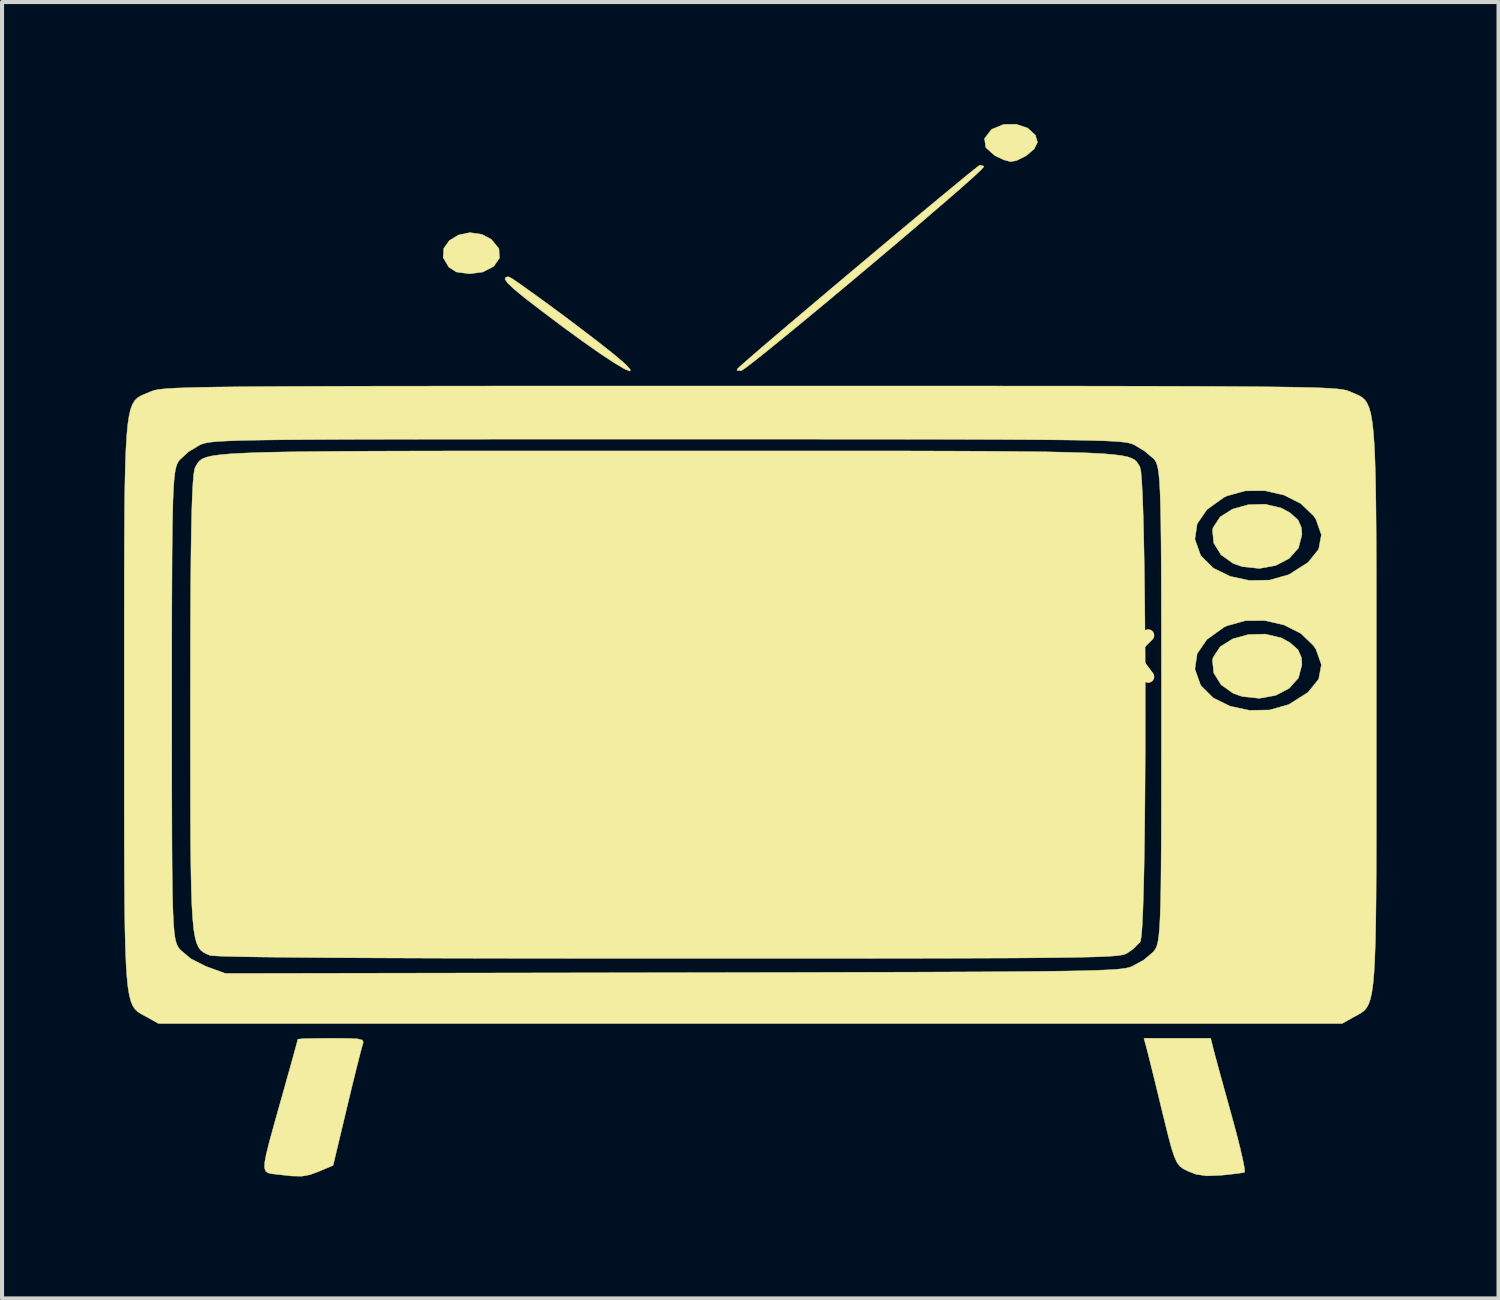
<source format=kicad_pcb>
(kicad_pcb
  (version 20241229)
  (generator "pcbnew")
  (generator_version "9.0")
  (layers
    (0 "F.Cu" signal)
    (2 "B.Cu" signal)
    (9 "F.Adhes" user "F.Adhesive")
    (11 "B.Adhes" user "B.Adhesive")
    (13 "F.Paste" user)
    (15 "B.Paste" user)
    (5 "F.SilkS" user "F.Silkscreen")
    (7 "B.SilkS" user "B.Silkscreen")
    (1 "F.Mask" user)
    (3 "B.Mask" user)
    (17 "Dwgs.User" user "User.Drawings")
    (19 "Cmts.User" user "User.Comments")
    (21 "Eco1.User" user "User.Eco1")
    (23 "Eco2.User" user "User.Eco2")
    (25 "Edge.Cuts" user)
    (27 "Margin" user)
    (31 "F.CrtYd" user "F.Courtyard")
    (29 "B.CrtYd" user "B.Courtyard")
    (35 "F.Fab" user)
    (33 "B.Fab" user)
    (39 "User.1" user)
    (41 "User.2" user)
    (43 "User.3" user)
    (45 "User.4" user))
  (footprint "tv_clipart_neg_slk"
    (layer "F.Cu")
    (at 15.347 12.899)
    (property "Reference" "tv_clipart_neg_slk" (at 0 0 0) (layer "F.SilkS") (effects (font (size 1.524 1.524) (thickness 0.3))))
    (attr through_hole)
    (fp_poly (pts (xy -6.547 -10.187) (xy -6.317 -10.065) (xy -6.129 -9.836) (xy -6.116 -9.604) (xy -6.256 -9.4) (xy -6.527 -9.26) (xy -6.852 -9.217) (xy -7.175 -9.261) (xy -7.36 -9.378) (xy -7.501 -9.615) (xy -7.486 -9.842) (xy -7.349 -10.035) (xy -7.124 -10.172) (xy -6.845 -10.23) (xy -6.547 -10.187)) (stroke (width 0.01) (type solid)) (fill yes) (layer "F.SilkS"))
    (fp_poly (pts (xy 6.87 -12.801) (xy 7.061 -12.627) (xy 7.112 -12.451) (xy 7.031 -12.287) (xy 6.835 -12.12) (xy 6.597 -12.001) (xy 6.452 -11.974) (xy 6.291 -12.016) (xy 6.072 -12.118) (xy 6.059 -12.125) (xy 5.84 -12.322) (xy 5.81 -12.543) (xy 5.972 -12.756) (xy 5.994 -12.773) (xy 6.279 -12.89) (xy 6.59 -12.894) (xy 6.87 -12.801)) (stroke (width 0.01) (type solid)) (fill yes) (layer "F.SilkS"))
    (fp_poly (pts (xy 13.105 -3.459) (xy 13.317 -3.344) (xy 13.517 -3.167) (xy 13.602 -2.975) (xy 13.614 -2.801) (xy 13.529 -2.475) (xy 13.3 -2.217) (xy 12.967 -2.044) (xy 12.569 -1.972) (xy 12.145 -2.017) (xy 11.923 -2.095) (xy 11.626 -2.307) (xy 11.446 -2.595) (xy 11.414 -2.907) (xy 11.429 -2.974) (xy 11.604 -3.241) (xy 11.91 -3.433) (xy 12.296 -3.54) (xy 12.711 -3.552) (xy 13.105 -3.459)) (stroke (width 0.01) (type solid)) (fill yes) (layer "F.SilkS"))
    (fp_poly (pts (xy 13.105 -0.266) (xy 13.317 -0.151) (xy 13.517 0.026) (xy 13.602 0.218) (xy 13.614 0.392) (xy 13.529 0.718) (xy 13.3 0.976) (xy 12.967 1.149) (xy 12.569 1.221) (xy 12.145 1.176) (xy 11.923 1.098) (xy 11.626 0.887) (xy 11.446 0.598) (xy 11.414 0.286) (xy 11.429 0.219) (xy 11.604 -0.048) (xy 11.91 -0.24) (xy 12.296 -0.347) (xy 12.711 -0.359) (xy 13.105 -0.266)) (stroke (width 0.01) (type solid)) (fill yes) (layer "F.SilkS"))
    (fp_poly (pts (xy -5.799 -9.094) (xy -5.593 -8.953) (xy -5.289 -8.736) (xy -4.909 -8.46) (xy -4.474 -8.138) (xy -4.267 -7.983) (xy -3.704 -7.554) (xy -3.288 -7.225) (xy -3.019 -6.994) (xy -2.897 -6.86) (xy -2.909 -6.824) (xy -3.039 -6.876) (xy -3.286 -7.022) (xy -3.631 -7.249) (xy -4.053 -7.545) (xy -4.534 -7.895) (xy -4.593 -7.939) (xy -5.113 -8.33) (xy -5.501 -8.629) (xy -5.767 -8.849) (xy -5.924 -8.999) (xy -5.983 -9.091) (xy -5.957 -9.135) (xy -5.888 -9.144) (xy -5.799 -9.094)) (stroke (width 0.01) (type solid)) (fill yes) (layer "F.SilkS"))
    (fp_poly (pts (xy 11.438 9.852) (xy 11.479 10.008) (xy 11.553 10.28) (xy 11.651 10.637) (xy 11.766 11.053) (xy 11.886 11.486) (xy 12.001 11.911) (xy 12.096 12.284) (xy 12.164 12.584) (xy 12.203 12.788) (xy 12.205 12.874) (xy 12.204 12.875) (xy 12.074 12.898) (xy 11.814 12.929) (xy 11.633 12.947) (xy 11.274 12.963) (xy 11.012 12.924) (xy 10.812 12.847) (xy 10.702 12.792) (xy 10.615 12.728) (xy 10.543 12.635) (xy 10.477 12.491) (xy 10.406 12.276) (xy 10.324 11.969) (xy 10.22 11.547) (xy 10.169 11.341) (xy 10.063 10.9) (xy 9.964 10.497) (xy 9.88 10.158) (xy 9.818 9.91) (xy 9.784 9.78) (xy 9.728 9.579) (xy 11.37 9.579) (xy 11.438 9.852)) (stroke (width 0.01) (type solid)) (fill yes) (layer "F.SilkS"))
    (fp_poly (pts (xy -9.844 9.582) (xy -9.603 9.594) (xy -9.489 9.623) (xy -9.465 9.676) (xy -9.477 9.722) (xy -9.51 9.835) (xy -9.57 10.067) (xy -9.652 10.393) (xy -9.749 10.789) (xy -9.855 11.23) (xy -9.868 11.285) (xy -10.207 12.705) (xy -10.545 12.848) (xy -10.774 12.934) (xy -10.978 12.971) (xy -11.233 12.965) (xy -11.582 12.926) (xy -11.706 12.912) (xy -11.8 12.892) (xy -11.862 12.851) (xy -11.892 12.772) (xy -11.889 12.638) (xy -11.851 12.433) (xy -11.779 12.141) (xy -11.67 11.744) (xy -11.525 11.226) (xy -11.471 11.036) (xy -11.35 10.604) (xy -11.243 10.223) (xy -11.158 9.915) (xy -11.1 9.702) (xy -11.075 9.606) (xy -11.074 9.603) (xy -10.981 9.592) (xy -10.732 9.584) (xy -10.375 9.58) (xy -10.25 9.579) (xy -9.844 9.582)) (stroke (width 0.01) (type solid)) (fill yes) (layer "F.SilkS"))
    (fp_poly (pts (xy 5.787 -11.866) (xy 5.791 -11.848) (xy 5.727 -11.775) (xy 5.546 -11.606) (xy 5.264 -11.355) (xy 4.898 -11.036) (xy 4.463 -10.662) (xy 3.977 -10.246) (xy 3.454 -9.803) (xy 2.913 -9.347) (xy 2.368 -8.89) (xy 1.836 -8.446) (xy 1.333 -8.03) (xy 0.876 -7.655) (xy 0.481 -7.334) (xy 0.164 -7.081) (xy -0.059 -6.91) (xy -0.17 -6.835) (xy -0.177 -6.833) (xy -0.278 -6.845) (xy -0.269 -6.876) (xy -0.178 -6.962) (xy 0.026 -7.141) (xy 0.327 -7.401) (xy 0.709 -7.727) (xy 1.155 -8.106) (xy 1.649 -8.524) (xy 2.176 -8.969) (xy 2.718 -9.425) (xy 3.26 -9.88) (xy 3.786 -10.321) (xy 4.279 -10.733) (xy 4.724 -11.102) (xy 5.104 -11.416) (xy 5.402 -11.661) (xy 5.604 -11.823) (xy 5.692 -11.889) (xy 5.694 -11.89) (xy 5.787 -11.866)) (stroke (width 0.01) (type solid)) (fill yes) (layer "F.SilkS"))
    (fp_poly (pts (xy -2.24 -4.862) (xy -1.981 -4.862) (xy -0.219 -4.862) (xy 1.351 -4.862) (xy 2.74 -4.862) (xy 3.96 -4.861) (xy 5.023 -4.858) (xy 5.938 -4.854) (xy 6.718 -4.847) (xy 7.374 -4.839) (xy 7.917 -4.827) (xy 8.358 -4.813) (xy 8.71 -4.795) (xy 8.982 -4.772) (xy 9.187 -4.746) (xy 9.335 -4.715) (xy 9.438 -4.678) (xy 9.508 -4.637) (xy 9.555 -4.589) (xy 9.591 -4.535) (xy 9.627 -4.474) (xy 9.632 -4.465) (xy 9.655 -4.358) (xy 9.675 -4.12) (xy 9.694 -3.764) (xy 9.71 -3.304) (xy 9.724 -2.754) (xy 9.736 -2.128) (xy 9.745 -1.438) (xy 9.753 -0.699) (xy 9.758 0.075) (xy 9.761 0.872) (xy 9.762 1.677) (xy 9.761 2.477) (xy 9.757 3.258) (xy 9.751 4.006) (xy 9.743 4.709) (xy 9.733 5.352) (xy 9.72 5.921) (xy 9.705 6.404) (xy 9.688 6.786) (xy 9.668 7.054) (xy 9.646 7.193) (xy 9.64 7.207) (xy 9.47 7.379) (xy 9.31 7.491) (xy 9.266 7.511) (xy 9.2 7.529) (xy 9.099 7.544) (xy 8.952 7.558) (xy 8.748 7.57) (xy 8.476 7.58) (xy 8.124 7.588) (xy 7.681 7.595) (xy 7.135 7.601) (xy 6.475 7.606) (xy 5.69 7.609) (xy 4.768 7.612) (xy 3.698 7.614) (xy 2.468 7.615) (xy 1.067 7.616) (xy -0.516 7.616) (xy -1.981 7.616) (xy -3.995 7.615) (xy -5.813 7.613) (xy -7.433 7.61) (xy -8.856 7.605) (xy -10.081 7.599) (xy -11.106 7.591) (xy -11.932 7.582) (xy -12.556 7.572) (xy -12.98 7.56) (xy -13.201 7.547) (xy -13.233 7.542) (xy -13.32 7.505) (xy -13.395 7.466) (xy -13.461 7.415) (xy -13.516 7.342) (xy -13.563 7.237) (xy -13.602 7.092) (xy -13.634 6.897) (xy -13.659 6.641) (xy -13.679 6.317) (xy -13.693 5.913) (xy -13.703 5.42) (xy -13.71 4.829) (xy -13.714 4.131) (xy -13.715 3.316) (xy -13.716 2.373) (xy -13.716 1.386) (xy -13.715 0.268) (xy -13.713 -0.712) (xy -13.708 -1.56) (xy -13.702 -2.285) (xy -13.693 -2.893) (xy -13.682 -3.39) (xy -13.668 -3.785) (xy -13.652 -4.084) (xy -13.633 -4.293) (xy -13.611 -4.421) (xy -13.595 -4.465) (xy -13.558 -4.527) (xy -13.523 -4.582) (xy -13.478 -4.63) (xy -13.412 -4.673) (xy -13.314 -4.71) (xy -13.173 -4.742) (xy -12.977 -4.769) (xy -12.715 -4.792) (xy -12.375 -4.81) (xy -11.947 -4.826) (xy -11.419 -4.837) (xy -10.78 -4.846) (xy -10.018 -4.853) (xy -9.122 -4.857) (xy -8.081 -4.86) (xy -6.884 -4.862) (xy -5.519 -4.862) (xy -3.975 -4.862) (xy -2.24 -4.862)) (stroke (width 0.01) (type solid)) (fill yes) (layer "F.SilkS"))
    (fp_poly (pts (xy 2.048 -6.458) (xy 3.852 -6.458) (xy 5.474 -6.458) (xy 6.922 -6.457) (xy 8.207 -6.456) (xy 9.34 -6.454) (xy 10.33 -6.452) (xy 11.187 -6.449) (xy 11.921 -6.445) (xy 12.544 -6.441) (xy 13.063 -6.435) (xy 13.49 -6.428) (xy 13.835 -6.42) (xy 14.108 -6.411) (xy 14.319 -6.4) (xy 14.477 -6.388) (xy 14.594 -6.374) (xy 14.679 -6.358) (xy 14.742 -6.34) (xy 14.793 -6.321) (xy 14.814 -6.312) (xy 14.916 -6.269) (xy 15.006 -6.23) (xy 15.085 -6.185) (xy 15.154 -6.125) (xy 15.213 -6.043) (xy 15.264 -5.93) (xy 15.307 -5.777) (xy 15.342 -5.576) (xy 15.371 -5.318) (xy 15.394 -4.995) (xy 15.411 -4.598) (xy 15.424 -4.118) (xy 15.433 -3.548) (xy 15.439 -2.878) (xy 15.442 -2.1) (xy 15.443 -1.206) (xy 15.443 -0.187) (xy 15.443 0.966) (xy 15.443 1.416) (xy 15.443 2.609) (xy 15.443 3.664) (xy 15.443 4.592) (xy 15.441 5.401) (xy 15.437 6.099) (xy 15.43 6.695) (xy 15.42 7.198) (xy 15.405 7.617) (xy 15.387 7.959) (xy 15.363 8.234) (xy 15.333 8.45) (xy 15.296 8.617) (xy 15.253 8.742) (xy 15.201 8.834) (xy 15.141 8.902) (xy 15.072 8.954) (xy 14.993 9) (xy 14.904 9.048) (xy 14.873 9.065) (xy 14.603 9.217) (xy -14.501 9.217) (xy -14.771 9.065) (xy -14.864 9.015) (xy -14.946 8.97) (xy -15.018 8.921) (xy -15.081 8.859) (xy -15.135 8.776) (xy -15.181 8.663) (xy -15.22 8.511) (xy -15.252 8.313) (xy -15.277 8.059) (xy -15.298 7.741) (xy -15.314 7.349) (xy -15.325 6.876) (xy -15.333 6.313) (xy -15.338 5.651) (xy -15.341 4.882) (xy -15.342 3.996) (xy -15.342 2.986) (xy -15.342 1.843) (xy -15.342 1.379) (xy -14.173 1.379) (xy -14.173 2.429) (xy -14.173 3.345) (xy -14.171 4.134) (xy -14.169 4.808) (xy -14.165 5.376) (xy -14.159 5.849) (xy -14.152 6.234) (xy -14.141 6.544) (xy -14.128 6.787) (xy -14.112 6.973) (xy -14.093 7.112) (xy -14.069 7.214) (xy -14.042 7.289) (xy -14.01 7.346) (xy -13.973 7.395) (xy -13.968 7.402) (xy -13.707 7.622) (xy -13.341 7.808) (xy -13.308 7.821) (xy -12.853 7.985) (xy -1.88 7.966) (xy -0.146 7.963) (xy 1.397 7.96) (xy 2.76 7.956) (xy 3.954 7.953) (xy 4.992 7.949) (xy 5.884 7.945) (xy 6.643 7.939) (xy 7.28 7.933) (xy 7.806 7.926) (xy 8.233 7.918) (xy 8.574 7.908) (xy 8.838 7.897) (xy 9.039 7.885) (xy 9.187 7.87) (xy 9.294 7.854) (xy 9.372 7.835) (xy 9.428 7.816) (xy 9.718 7.659) (xy 9.956 7.459) (xy 9.961 7.453) (xy 9.997 7.407) (xy 10.028 7.353) (xy 10.055 7.28) (xy 10.078 7.179) (xy 10.097 7.041) (xy 10.113 6.855) (xy 10.126 6.611) (xy 10.137 6.301) (xy 10.145 5.915) (xy 10.15 5.442) (xy 10.154 4.873) (xy 10.157 4.198) (xy 10.158 3.408) (xy 10.159 2.493) (xy 10.159 1.443) (xy 10.159 1.379) (xy 10.159 0.501) (xy 10.982 0.501) (xy 11.119 0.887) (xy 11.14 0.919) (xy 11.436 1.212) (xy 11.847 1.414) (xy 12.323 1.516) (xy 12.816 1.507) (xy 13.276 1.377) (xy 13.311 1.361) (xy 13.764 1.073) (xy 14.026 0.748) (xy 14.092 0.393) (xy 13.959 0.016) (xy 13.9 -0.073) (xy 13.586 -0.375) (xy 13.171 -0.584) (xy 12.701 -0.691) (xy 12.218 -0.687) (xy 11.77 -0.562) (xy 11.693 -0.525) (xy 11.278 -0.227) (xy 11.038 0.122) (xy 10.982 0.501) (xy 10.159 0.501) (xy 10.159 0.32) (xy 10.158 -0.603) (xy 10.156 -1.401) (xy 10.154 -2.082) (xy 10.15 -2.657) (xy 10.149 -2.692) (xy 10.982 -2.692) (xy 11.119 -2.306) (xy 11.14 -2.274) (xy 11.436 -1.981) (xy 11.847 -1.779) (xy 12.323 -1.677) (xy 12.816 -1.686) (xy 13.276 -1.816) (xy 13.311 -1.832) (xy 13.764 -2.12) (xy 14.026 -2.446) (xy 14.092 -2.8) (xy 13.959 -3.177) (xy 13.9 -3.266) (xy 13.586 -3.568) (xy 13.171 -3.777) (xy 12.701 -3.884) (xy 12.218 -3.88) (xy 11.77 -3.756) (xy 11.693 -3.718) (xy 11.278 -3.42) (xy 11.038 -3.071) (xy 10.982 -2.692) (xy 10.149 -2.692) (xy 10.144 -3.135) (xy 10.136 -3.526) (xy 10.126 -3.839) (xy 10.113 -4.085) (xy 10.097 -4.272) (xy 10.078 -4.411) (xy 10.055 -4.511) (xy 10.029 -4.582) (xy 9.998 -4.634) (xy 9.967 -4.671) (xy 9.736 -4.865) (xy 9.485 -5.015) (xy 9.434 -5.036) (xy 9.369 -5.055) (xy 9.278 -5.072) (xy 9.151 -5.087) (xy 8.975 -5.1) (xy 8.739 -5.111) (xy 8.432 -5.12) (xy 8.042 -5.128) (xy 7.557 -5.134) (xy 6.967 -5.139) (xy 6.26 -5.143) (xy 5.424 -5.146) (xy 4.448 -5.149) (xy 3.32 -5.15) (xy 2.029 -5.151) (xy 0.564 -5.152) (xy -1.087 -5.152) (xy -1.981 -5.152) (xy -3.728 -5.152) (xy -5.284 -5.152) (xy -6.659 -5.151) (xy -7.866 -5.15) (xy -8.916 -5.148) (xy -9.82 -5.146) (xy -10.589 -5.142) (xy -11.236 -5.138) (xy -11.773 -5.132) (xy -12.209 -5.125) (xy -12.558 -5.117) (xy -12.829 -5.106) (xy -13.036 -5.095) (xy -13.19 -5.081) (xy -13.301 -5.065) (xy -13.382 -5.047) (xy -13.444 -5.026) (xy -13.482 -5.01) (xy -13.761 -4.843) (xy -13.986 -4.636) (xy -13.99 -4.63) (xy -14.024 -4.579) (xy -14.053 -4.515) (xy -14.078 -4.427) (xy -14.099 -4.306) (xy -14.117 -4.142) (xy -14.132 -3.925) (xy -14.144 -3.645) (xy -14.153 -3.293) (xy -14.16 -2.858) (xy -14.166 -2.332) (xy -14.169 -1.704) (xy -14.172 -0.964) (xy -14.173 -0.103) (xy -14.173 0.889) (xy -14.173 1.379) (xy -15.342 1.379) (xy -15.342 0.179) (xy -15.342 -0.885) (xy -15.341 -1.821) (xy -15.339 -2.637) (xy -15.335 -3.342) (xy -15.328 -3.945) (xy -15.317 -4.453) (xy -15.302 -4.877) (xy -15.282 -5.223) (xy -15.257 -5.502) (xy -15.224 -5.72) (xy -15.185 -5.887) (xy -15.138 -6.012) (xy -15.082 -6.102) (xy -15.017 -6.167) (xy -14.942 -6.214) (xy -14.857 -6.253) (xy -14.759 -6.292) (xy -14.702 -6.317) (xy -14.653 -6.336) (xy -14.594 -6.354) (xy -14.515 -6.37) (xy -14.407 -6.384) (xy -14.258 -6.397) (xy -14.059 -6.408) (xy -13.8 -6.417) (xy -13.471 -6.426) (xy -13.062 -6.433) (xy -12.562 -6.439) (xy -11.961 -6.444) (xy -11.25 -6.448) (xy -10.419 -6.451) (xy -9.457 -6.454) (xy -8.354 -6.455) (xy -7.1 -6.457) (xy -5.686 -6.458) (xy -4.1 -6.458) (xy -2.334 -6.458) (xy -0.376 -6.458) (xy 0.051 -6.458) (xy 2.048 -6.458)) (stroke (width 0.01) (type solid)) (fill yes) (layer "F.SilkS")))
  (gr_rect
    (start -3 -3)
    (end 33.795 28.875)
    (stroke (width 0.1) (type default))
    (fill no)
    (layer "Edge.Cuts")))
</source>
